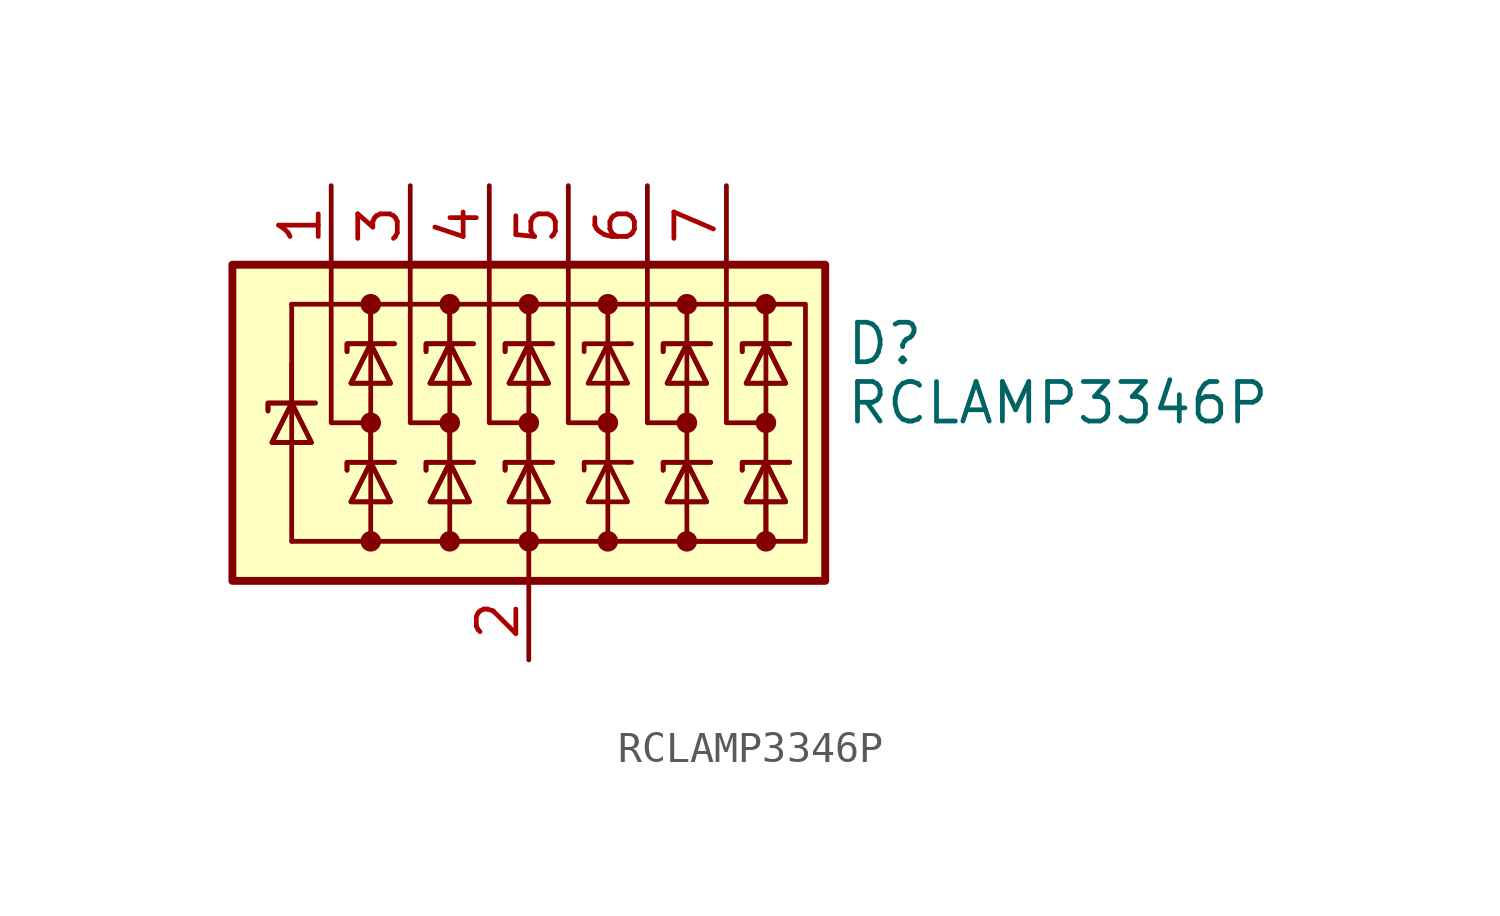
<source format=kicad_sym>
(kicad_symbol_lib
  (version 20211014)
  (generator kicad_symbol_editor)
  (symbol "RCLAMP3346P"
    (pin_names hide)
    (property "Reference" "D"
      (at 10.16 2.54 0)
      (effects (font (size 1.27 1.27)) (justify left)))
    (property "Value" "RCLAMP3346P"
      (at 10.16 0.635 0)
      (effects (font (size 1.27 1.27)) (justify left)))
    (symbol "RCLAMP3346P_0_0"
      (pin passive line (at 0 -7.62 90) (length 2.54) (name "A" (effects (font (size 1.27 1.27)))) (number "2" (effects (font (size 1.27 1.27))))))
    (symbol "RCLAMP3346P_0_1"
      (rectangle (start -9.525 5.08) (end 9.525 -5.08) (stroke (width 0.254) (type default) (color 0 0 0 0)) (fill (type background)))
      (circle (center -5.08 -3.81) (radius 0.254) (stroke (width 0) (type default) (color 0 0 0 0)) (fill (type outline)))
      (circle (center -5.08 0) (radius 0.254) (stroke (width 0) (type default) (color 0 0 0 0)) (fill (type outline)))
      (circle (center -5.08 3.81) (radius 0.254) (stroke (width 0) (type default) (color 0 0 0 0)) (fill (type outline)))
      (circle (center -2.54 -3.81) (radius 0.254) (stroke (width 0) (type default) (color 0 0 0 0)) (fill (type outline)))
      (circle (center -2.54 0) (radius 0.254) (stroke (width 0) (type default) (color 0 0 0 0)) (fill (type outline)))
      (circle (center -2.54 3.81) (radius 0.254) (stroke (width 0) (type default) (color 0 0 0 0)) (fill (type outline)))
      (circle (center 0 -3.81) (radius 0.254) (stroke (width 0) (type default) (color 0 0 0 0)) (fill (type outline)))
      (polyline (pts (xy -7.62 0.635) (xy -7.62 -3.81)) (stroke (width 0) (type default) (color 0 0 0 0)) (fill (type none)))
      (polyline (pts (xy -7.62 1.905) (xy -7.62 0.635)) (stroke (width 0) (type default) (color 0 0 0 0)) (fill (type none)))
      (polyline (pts (xy -7.62 3.81) (xy -7.62 0.635)) (stroke (width 0) (type default) (color 0 0 0 0)) (fill (type none)))
      (polyline (pts (xy -5.08 -3.81) (xy -7.62 -3.81)) (stroke (width 0) (type default) (color 0 0 0 0)) (fill (type none)))
      (polyline (pts (xy -5.08 0) (xy -5.08 -1.27)) (stroke (width 0) (type default) (color 0 0 0 0)) (fill (type none)))
      (polyline (pts (xy -5.08 2.54) (xy -5.08 -1.27)) (stroke (width 0) (type default) (color 0 0 0 0)) (fill (type none)))
      (polyline (pts (xy -5.08 3.81) (xy -5.08 2.54)) (stroke (width 0) (type default) (color 0 0 0 0)) (fill (type none)))
      (polyline (pts (xy -5.08 3.81) (xy -5.08 2.54)) (stroke (width 0) (type default) (color 0 0 0 0)) (fill (type none)))
      (polyline (pts (xy -2.54 0) (xy -2.54 -1.27)) (stroke (width 0) (type default) (color 0 0 0 0)) (fill (type none)))
      (polyline (pts (xy -2.54 2.54) (xy -2.54 -1.27)) (stroke (width 0) (type default) (color 0 0 0 0)) (fill (type none)))
      (polyline (pts (xy -2.54 3.81) (xy -2.54 2.54)) (stroke (width 0) (type default) (color 0 0 0 0)) (fill (type none)))
      (polyline (pts (xy -2.54 3.81) (xy -2.54 2.54)) (stroke (width 0) (type default) (color 0 0 0 0)) (fill (type none)))
      (polyline (pts (xy 0 -5.08) (xy 0 -3.81)) (stroke (width 0) (type default) (color 0 0 0 0)) (fill (type none)))
      (polyline (pts (xy 0 0) (xy 0 -1.27)) (stroke (width 0) (type default) (color 0 0 0 0)) (fill (type none)))
      (polyline (pts (xy 0 2.54) (xy 0 -1.27)) (stroke (width 0) (type default) (color 0 0 0 0)) (fill (type none)))
      (polyline (pts (xy 0 3.81) (xy 0 2.54)) (stroke (width 0) (type default) (color 0 0 0 0)) (fill (type none)))
      (polyline (pts (xy 0 3.81) (xy 0 2.54)) (stroke (width 0) (type default) (color 0 0 0 0)) (fill (type none)))
      (polyline (pts (xy 2.54 -3.81) (xy 2.54 2.54)) (stroke (width 0) (type default) (color 0 0 0 0)) (fill (type none)))
      (polyline (pts (xy 2.54 3.81) (xy 2.54 2.54)) (stroke (width 0) (type default) (color 0 0 0 0)) (fill (type none)))
      (polyline (pts (xy 3.175 -1.27) (xy 3.302 -1.27)) (stroke (width 0) (type default) (color 0 0 0 0)) (fill (type none)))
      (polyline (pts (xy 3.175 2.54) (xy 3.302 2.54)) (stroke (width 0) (type default) (color 0 0 0 0)) (fill (type none)))
      (polyline (pts (xy 5.08 2.54) (xy 5.08 -1.27)) (stroke (width 0) (type default) (color 0 0 0 0)) (fill (type none)))
      (polyline (pts (xy 5.08 3.81) (xy 5.08 2.54)) (stroke (width 0) (type default) (color 0 0 0 0)) (fill (type none)))
      (polyline (pts (xy 7.62 2.54) (xy 7.62 -1.27)) (stroke (width 0) (type default) (color 0 0 0 0)) (fill (type none)))
      (polyline (pts (xy 7.62 3.81) (xy 7.62 2.54)) (stroke (width 0) (type default) (color 0 0 0 0)) (fill (type none)))
      (polyline (pts (xy 7.62 3.81) (xy 7.62 2.54)) (stroke (width 0) (type default) (color 0 0 0 0)) (fill (type none)))
      (polyline (pts (xy -6.35 5.08) (xy -6.35 0) (xy -5.08 0)) (stroke (width 0) (type default) (color 0 0 0 0)) (fill (type none)))
      (polyline (pts (xy -5.08 -1.27) (xy -5.08 -3.81) (xy -2.54 -3.81)) (stroke (width 0) (type default) (color 0 0 0 0)) (fill (type none)))
      (polyline (pts (xy -3.81 5.08) (xy -3.81 0) (xy -2.54 0)) (stroke (width 0) (type default) (color 0 0 0 0)) (fill (type none)))
      (polyline (pts (xy -2.54 -1.27) (xy -2.54 -3.81) (xy 0 -3.81)) (stroke (width 0) (type default) (color 0 0 0 0)) (fill (type none)))
      (polyline (pts (xy -1.27 5.08) (xy -1.27 0) (xy 0 0)) (stroke (width 0) (type default) (color 0 0 0 0)) (fill (type none)))
      (polyline (pts (xy 1.27 5.08) (xy 1.27 0) (xy 2.54 0)) (stroke (width 0) (type default) (color 0 0 0 0)) (fill (type none)))
      (polyline (pts (xy 3.175 -1.27) (xy 1.778 -1.27) (xy 1.778 -1.524)) (stroke (width 0) (type default) (color 0 0 0 0)) (fill (type none)))
      (polyline (pts (xy 3.175 2.54) (xy 1.778 2.54) (xy 1.778 2.286)) (stroke (width 0) (type default) (color 0 0 0 0)) (fill (type none)))
      (polyline (pts (xy 3.81 5.08) (xy 3.81 0) (xy 5.08 0)) (stroke (width 0) (type default) (color 0 0 0 0)) (fill (type none)))
      (polyline (pts (xy 6.35 5.08) (xy 6.35 0) (xy 7.62 0)) (stroke (width 0) (type default) (color 0 0 0 0)) (fill (type none)))
      (polyline (pts (xy 7.62 -1.27) (xy 7.62 -3.81) (xy 5.08 -3.81)) (stroke (width 0) (type default) (color 0 0 0 0)) (fill (type none)))
      (polyline (pts (xy 7.62 -1.27) (xy 7.62 -3.81) (xy 5.08 -3.81)) (stroke (width 0) (type default) (color 0 0 0 0)) (fill (type none)))
      (polyline (pts (xy -8.382 0.381) (xy -8.382 0.635) (xy -6.985 0.635) (xy -6.858 0.635)) (stroke (width 0) (type default) (color 0 0 0 0)) (fill (type none)))
      (polyline (pts (xy -8.382 0.381) (xy -8.382 0.635) (xy -6.985 0.635) (xy -6.858 0.635)) (stroke (width 0) (type default) (color 0 0 0 0)) (fill (type none)))
      (polyline (pts (xy -7.62 0.635) (xy -6.985 -0.635) (xy -8.255 -0.635) (xy -7.62 0.635)) (stroke (width 0) (type default) (color 0 0 0 0)) (fill (type none)))
      (polyline (pts (xy -7.62 0.635) (xy -6.985 -0.635) (xy -8.255 -0.635) (xy -7.62 0.635)) (stroke (width 0) (type default) (color 0 0 0 0)) (fill (type none)))
      (polyline (pts (xy -7.62 3.81) (xy 8.89 3.81) (xy 8.89 -3.81) (xy 7.62 -3.81)) (stroke (width 0) (type default) (color 0 0 0 0)) (fill (type none)))
      (polyline (pts (xy -5.842 -1.524) (xy -5.842 -1.27) (xy -4.445 -1.27) (xy -4.318 -1.27)) (stroke (width 0) (type default) (color 0 0 0 0)) (fill (type none)))
      (polyline (pts (xy -5.842 -1.524) (xy -5.842 -1.27) (xy -4.445 -1.27) (xy -4.318 -1.27)) (stroke (width 0) (type default) (color 0 0 0 0)) (fill (type none)))
      (polyline (pts (xy -5.842 2.286) (xy -5.842 2.54) (xy -4.445 2.54) (xy -4.318 2.54)) (stroke (width 0) (type default) (color 0 0 0 0)) (fill (type none)))
      (polyline (pts (xy -5.842 2.286) (xy -5.842 2.54) (xy -4.445 2.54) (xy -4.318 2.54)) (stroke (width 0) (type default) (color 0 0 0 0)) (fill (type none)))
      (polyline (pts (xy -5.08 -1.27) (xy -4.445 -2.54) (xy -5.715 -2.54) (xy -5.08 -1.27)) (stroke (width 0) (type default) (color 0 0 0 0)) (fill (type none)))
      (polyline (pts (xy -5.08 -1.27) (xy -4.445 -2.54) (xy -5.715 -2.54) (xy -5.08 -1.27)) (stroke (width 0) (type default) (color 0 0 0 0)) (fill (type none)))
      (polyline (pts (xy -5.08 2.54) (xy -4.445 1.27) (xy -5.715 1.27) (xy -5.08 2.54)) (stroke (width 0) (type default) (color 0 0 0 0)) (fill (type none)))
      (polyline (pts (xy -5.08 2.54) (xy -4.445 1.27) (xy -5.715 1.27) (xy -5.08 2.54)) (stroke (width 0) (type default) (color 0 0 0 0)) (fill (type none)))
      (polyline (pts (xy -3.302 -1.524) (xy -3.302 -1.27) (xy -1.905 -1.27) (xy -1.778 -1.27)) (stroke (width 0) (type default) (color 0 0 0 0)) (fill (type none)))
      (polyline (pts (xy -3.302 -1.524) (xy -3.302 -1.27) (xy -1.905 -1.27) (xy -1.778 -1.27)) (stroke (width 0) (type default) (color 0 0 0 0)) (fill (type none)))
      (polyline (pts (xy -3.302 2.286) (xy -3.302 2.54) (xy -1.905 2.54) (xy -1.778 2.54)) (stroke (width 0) (type default) (color 0 0 0 0)) (fill (type none)))
      (polyline (pts (xy -3.302 2.286) (xy -3.302 2.54) (xy -1.905 2.54) (xy -1.778 2.54)) (stroke (width 0) (type default) (color 0 0 0 0)) (fill (type none)))
      (polyline (pts (xy -2.54 -1.27) (xy -1.905 -2.54) (xy -3.175 -2.54) (xy -2.54 -1.27)) (stroke (width 0) (type default) (color 0 0 0 0)) (fill (type none)))
      (polyline (pts (xy -2.54 -1.27) (xy -1.905 -2.54) (xy -3.175 -2.54) (xy -2.54 -1.27)) (stroke (width 0) (type default) (color 0 0 0 0)) (fill (type none)))
      (polyline (pts (xy -2.54 2.54) (xy -1.905 1.27) (xy -3.175 1.27) (xy -2.54 2.54)) (stroke (width 0) (type default) (color 0 0 0 0)) (fill (type none)))
      (polyline (pts (xy -2.54 2.54) (xy -1.905 1.27) (xy -3.175 1.27) (xy -2.54 2.54)) (stroke (width 0) (type default) (color 0 0 0 0)) (fill (type none)))
      (polyline (pts (xy -0.762 -1.524) (xy -0.762 -1.27) (xy 0.635 -1.27) (xy 0.762 -1.27)) (stroke (width 0) (type default) (color 0 0 0 0)) (fill (type none)))
      (polyline (pts (xy -0.762 -1.524) (xy -0.762 -1.27) (xy 0.635 -1.27) (xy 0.762 -1.27)) (stroke (width 0) (type default) (color 0 0 0 0)) (fill (type none)))
      (polyline (pts (xy -0.762 2.286) (xy -0.762 2.54) (xy 0.635 2.54) (xy 0.762 2.54)) (stroke (width 0) (type default) (color 0 0 0 0)) (fill (type none)))
      (polyline (pts (xy -0.762 2.286) (xy -0.762 2.54) (xy 0.635 2.54) (xy 0.762 2.54)) (stroke (width 0) (type default) (color 0 0 0 0)) (fill (type none)))
      (polyline (pts (xy 0 -1.27) (xy 0 -3.81) (xy 5.08 -3.81) (xy 5.08 -1.27)) (stroke (width 0) (type default) (color 0 0 0 0)) (fill (type none)))
      (polyline (pts (xy 0 -1.27) (xy 0.635 -2.54) (xy -0.635 -2.54) (xy 0 -1.27)) (stroke (width 0) (type default) (color 0 0 0 0)) (fill (type none)))
      (polyline (pts (xy 0 -1.27) (xy 0.635 -2.54) (xy -0.635 -2.54) (xy 0 -1.27)) (stroke (width 0) (type default) (color 0 0 0 0)) (fill (type none)))
      (polyline (pts (xy 0 2.54) (xy 0.635 1.27) (xy -0.635 1.27) (xy 0 2.54)) (stroke (width 0) (type default) (color 0 0 0 0)) (fill (type none)))
      (polyline (pts (xy 0 2.54) (xy 0.635 1.27) (xy -0.635 1.27) (xy 0 2.54)) (stroke (width 0) (type default) (color 0 0 0 0)) (fill (type none)))
      (polyline (pts (xy 3.175 -2.54) (xy 1.905 -2.54) (xy 2.54 -1.27) (xy 3.175 -2.54)) (stroke (width 0) (type default) (color 0 0 0 0)) (fill (type none)))
      (polyline (pts (xy 3.175 1.27) (xy 1.905 1.27) (xy 2.54 2.54) (xy 3.175 1.27)) (stroke (width 0) (type default) (color 0 0 0 0)) (fill (type none)))
      (polyline (pts (xy 4.318 -1.524) (xy 4.318 -1.27) (xy 5.715 -1.27) (xy 5.842 -1.27)) (stroke (width 0) (type default) (color 0 0 0 0)) (fill (type none)))
      (polyline (pts (xy 4.318 -1.524) (xy 4.318 -1.27) (xy 5.715 -1.27) (xy 5.842 -1.27)) (stroke (width 0) (type default) (color 0 0 0 0)) (fill (type none)))
      (polyline (pts (xy 4.318 2.286) (xy 4.318 2.54) (xy 5.715 2.54) (xy 5.842 2.54)) (stroke (width 0) (type default) (color 0 0 0 0)) (fill (type none)))
      (polyline (pts (xy 4.318 2.286) (xy 4.318 2.54) (xy 5.715 2.54) (xy 5.842 2.54)) (stroke (width 0) (type default) (color 0 0 0 0)) (fill (type none)))
      (polyline (pts (xy 5.08 -1.27) (xy 4.445 -2.54) (xy 5.715 -2.54) (xy 5.08 -1.27)) (stroke (width 0) (type default) (color 0 0 0 0)) (fill (type none)))
      (polyline (pts (xy 5.08 -1.27) (xy 4.445 -2.54) (xy 5.715 -2.54) (xy 5.08 -1.27)) (stroke (width 0) (type default) (color 0 0 0 0)) (fill (type none)))
      (polyline (pts (xy 5.08 2.54) (xy 4.445 1.27) (xy 5.715 1.27) (xy 5.08 2.54)) (stroke (width 0) (type default) (color 0 0 0 0)) (fill (type none)))
      (polyline (pts (xy 5.08 2.54) (xy 4.445 1.27) (xy 5.715 1.27) (xy 5.08 2.54)) (stroke (width 0) (type default) (color 0 0 0 0)) (fill (type none)))
      (polyline (pts (xy 6.858 -1.524) (xy 6.858 -1.27) (xy 8.255 -1.27) (xy 8.382 -1.27)) (stroke (width 0) (type default) (color 0 0 0 0)) (fill (type none)))
      (polyline (pts (xy 6.858 -1.524) (xy 6.858 -1.27) (xy 8.255 -1.27) (xy 8.382 -1.27)) (stroke (width 0) (type default) (color 0 0 0 0)) (fill (type none)))
      (polyline (pts (xy 6.858 2.286) (xy 6.858 2.54) (xy 8.255 2.54) (xy 8.382 2.54)) (stroke (width 0) (type default) (color 0 0 0 0)) (fill (type none)))
      (polyline (pts (xy 6.858 2.286) (xy 6.858 2.54) (xy 8.255 2.54) (xy 8.382 2.54)) (stroke (width 0) (type default) (color 0 0 0 0)) (fill (type none)))
      (polyline (pts (xy 7.62 -1.27) (xy 6.985 -2.54) (xy 8.255 -2.54) (xy 7.62 -1.27)) (stroke (width 0) (type default) (color 0 0 0 0)) (fill (type none)))
      (polyline (pts (xy 7.62 -1.27) (xy 6.985 -2.54) (xy 8.255 -2.54) (xy 7.62 -1.27)) (stroke (width 0) (type default) (color 0 0 0 0)) (fill (type none)))
      (polyline (pts (xy 7.62 2.54) (xy 6.985 1.27) (xy 8.255 1.27) (xy 7.62 2.54)) (stroke (width 0) (type default) (color 0 0 0 0)) (fill (type none)))
      (polyline (pts (xy 7.62 2.54) (xy 6.985 1.27) (xy 8.255 1.27) (xy 7.62 2.54)) (stroke (width 0) (type default) (color 0 0 0 0)) (fill (type none)))
      (circle (center 0 0) (radius 0.254) (stroke (width 0) (type default) (color 0 0 0 0)) (fill (type outline)))
      (circle (center 0 3.81) (radius 0.254) (stroke (width 0) (type default) (color 0 0 0 0)) (fill (type outline)))
      (circle (center 2.54 -3.81) (radius 0.254) (stroke (width 0) (type default) (color 0 0 0 0)) (fill (type outline)))
      (circle (center 2.54 0) (radius 0.254) (stroke (width 0) (type default) (color 0 0 0 0)) (fill (type outline)))
      (circle (center 2.54 3.81) (radius 0.254) (stroke (width 0) (type default) (color 0 0 0 0)) (fill (type outline)))
      (circle (center 5.08 -3.81) (radius 0.254) (stroke (width 0) (type default) (color 0 0 0 0)) (fill (type outline)))
      (circle (center 5.08 0) (radius 0.254) (stroke (width 0) (type default) (color 0 0 0 0)) (fill (type outline)))
      (circle (center 5.08 3.81) (radius 0.254) (stroke (width 0) (type default) (color 0 0 0 0)) (fill (type outline)))
      (circle (center 7.62 -3.81) (radius 0.254) (stroke (width 0) (type default) (color 0 0 0 0)) (fill (type outline)))
      (circle (center 7.62 0) (radius 0.254) (stroke (width 0) (type default) (color 0 0 0 0)) (fill (type outline)))
      (circle (center 7.62 3.81) (radius 0.254) (stroke (width 0) (type default) (color 0 0 0 0)) (fill (type outline))))
    (symbol "RCLAMP3346P_1_1"
      (pin passive line (at -6.35 7.62 270) (length 2.54) (name "K1" (effects (font (size 1.27 1.27)))) (number "1" (effects (font (size 1.27 1.27)))))
      (pin passive line (at -3.81 7.62 270) (length 2.54) (name "K2" (effects (font (size 1.27 1.27)))) (number "3" (effects (font (size 1.27 1.27)))))
      (pin passive line (at -1.27 7.62 270) (length 2.54) (name "K3" (effects (font (size 1.27 1.27)))) (number "4" (effects (font (size 1.27 1.27)))))
      (pin passive line (at 1.27 7.62 270) (length 2.54) (name "K4" (effects (font (size 1.27 1.27)))) (number "5" (effects (font (size 1.27 1.27)))))
      (pin passive line (at 3.81 7.62 270) (length 2.54) (name "K5" (effects (font (size 1.27 1.27)))) (number "6" (effects (font (size 1.27 1.27)))))
      (pin passive line (at 6.35 7.62 270) (length 2.54) (name "K6" (effects (font (size 1.27 1.27)))) (number "7" (effects (font (size 1.27 1.27))))))))
</source>
